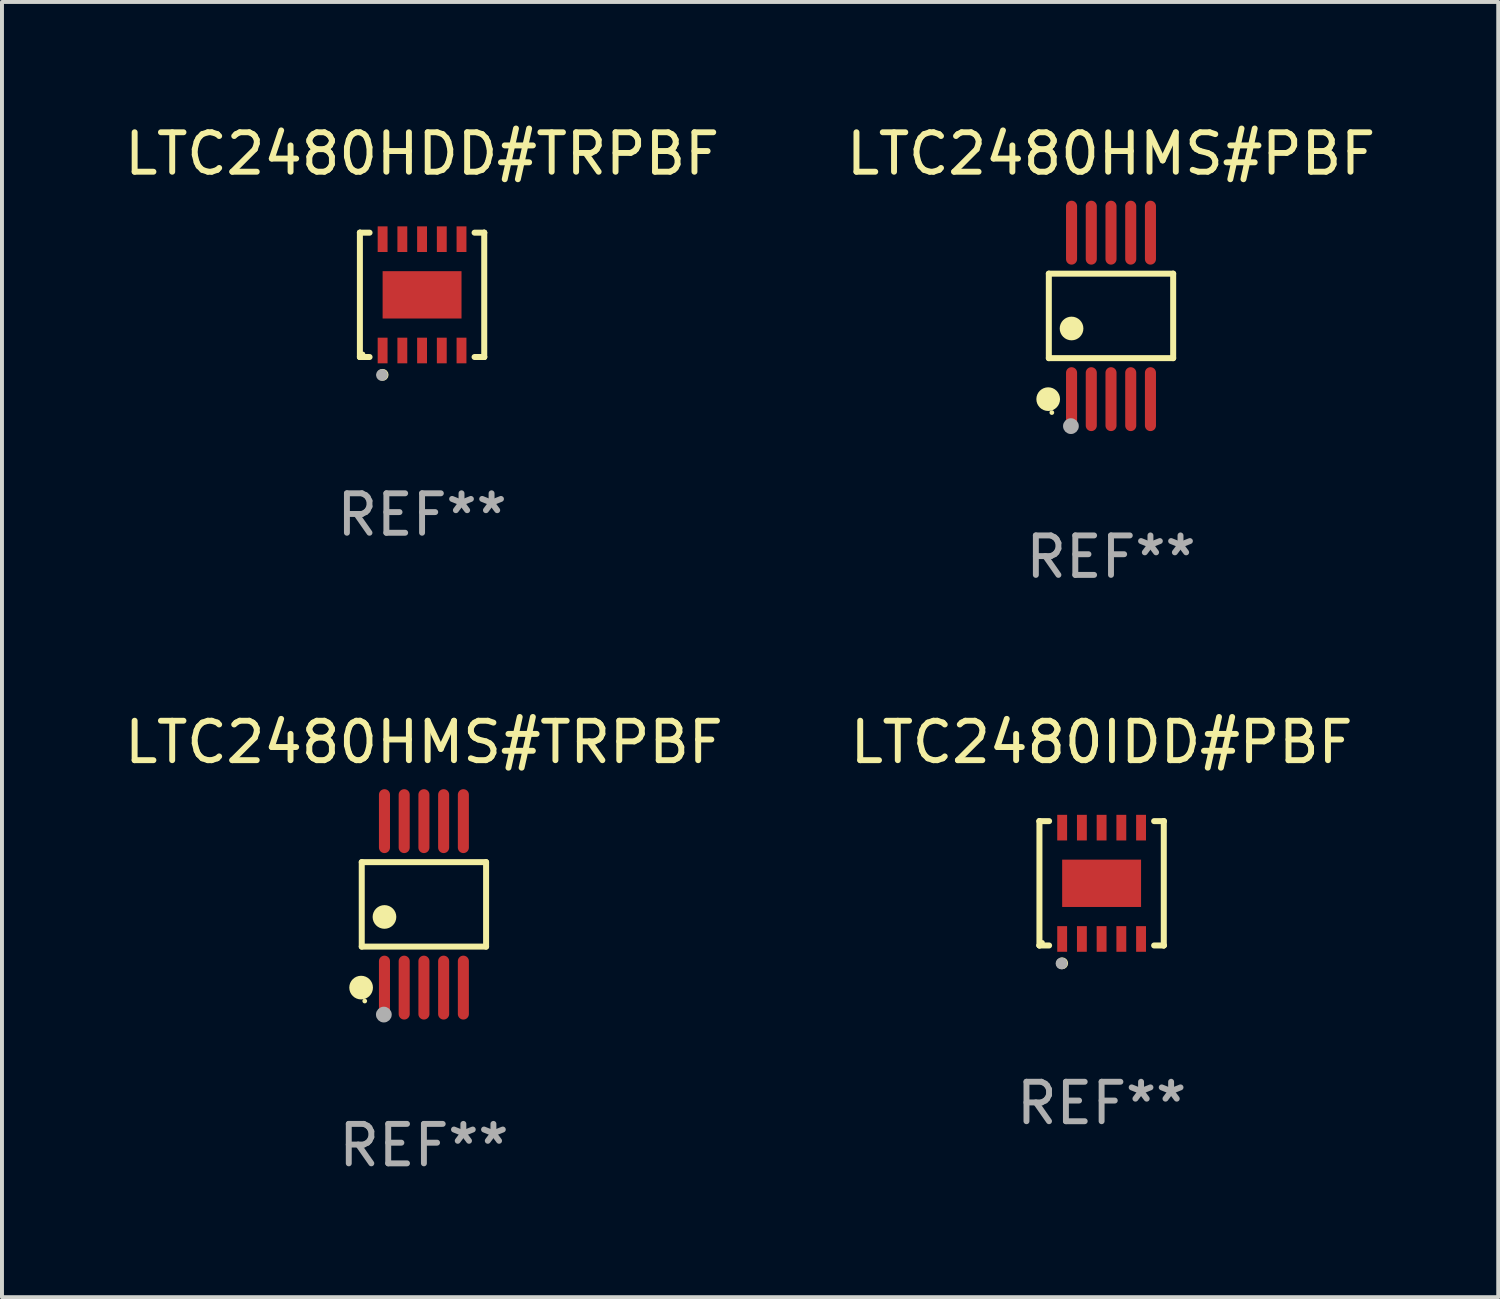
<source format=kicad_pcb>
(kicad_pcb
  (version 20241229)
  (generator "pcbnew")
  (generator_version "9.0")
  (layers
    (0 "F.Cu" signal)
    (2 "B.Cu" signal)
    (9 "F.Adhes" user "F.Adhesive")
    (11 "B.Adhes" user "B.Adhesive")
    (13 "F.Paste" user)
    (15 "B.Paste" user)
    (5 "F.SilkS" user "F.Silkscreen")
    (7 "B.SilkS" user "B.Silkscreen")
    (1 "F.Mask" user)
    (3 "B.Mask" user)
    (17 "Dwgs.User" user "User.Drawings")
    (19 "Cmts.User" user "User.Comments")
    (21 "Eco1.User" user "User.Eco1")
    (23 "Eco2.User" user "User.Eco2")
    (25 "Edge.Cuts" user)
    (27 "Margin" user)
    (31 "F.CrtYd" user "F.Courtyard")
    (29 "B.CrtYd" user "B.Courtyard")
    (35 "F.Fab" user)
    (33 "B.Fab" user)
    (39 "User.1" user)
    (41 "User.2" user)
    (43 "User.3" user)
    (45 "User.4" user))
  (footprint "LTC2480HMS#TRPBF"
    (layer "F.Cu")
    (at 7.696 19.875)
    (property "Reference" "LTC2480HMS#TRPBF" (at 0 -4.11 0) (layer "F.SilkS") (effects (font (size 1 1) (thickness 0.15))))
    (attr through_hole)
    (fp_line (start -1.576 -1.071) (end 1.576 -1.071) (stroke (width 0.152) (type solid)) (layer "F.SilkS"))
    (fp_line (start -1.576 1.071) (end -1.576 -1.071) (stroke (width 0.152) (type solid)) (layer "F.SilkS"))
    (fp_line (start 1.576 -1.071) (end 1.576 1.071) (stroke (width 0.152) (type solid)) (layer "F.SilkS"))
    (fp_line (start 1.576 1.071) (end -1.576 1.071) (stroke (width 0.152) (type solid)) (layer "F.SilkS"))
    (fp_circle (center -1.592 2.11) (end -1.442 2.11) (stroke (width 0.3) (type solid)) (fill no) (layer "F.SilkS"))
    (fp_circle (center -1.5 2.45) (end -1.47 2.45) (stroke (width 0.06) (type solid)) (fill no) (layer "F.SilkS"))
    (fp_circle (center -1 0.319) (end -0.85 0.319) (stroke (width 0.3) (type solid)) (fill no) (layer "F.SilkS"))
    (fp_circle (center -1.016 2.794) (end -0.916 2.794) (stroke (width 0.2) (type solid)) (fill no) (layer "F.Fab"))
    (fp_text user "REF**" (at 0 6.11 0) (layer "F.Fab") (effects (font (size 1 1) (thickness 0.15))))
    (pad "1" smd oval (at -1 2.11) (size 0.28 1.62) (layers "F.Cu" "F.Mask" "F.Paste"))
    (pad "2" smd oval (at -0.5 2.11) (size 0.28 1.62) (layers "F.Cu" "F.Mask" "F.Paste"))
    (pad "3" smd oval (at 0 2.11) (size 0.28 1.62) (layers "F.Cu" "F.Mask" "F.Paste"))
    (pad "4" smd oval (at 0.5 2.11) (size 0.28 1.62) (layers "F.Cu" "F.Mask" "F.Paste"))
    (pad "5" smd oval (at 1 2.11) (size 0.28 1.62) (layers "F.Cu" "F.Mask" "F.Paste"))
    (pad "6" smd oval (at 1 -2.11) (size 0.28 1.62) (layers "F.Cu" "F.Mask" "F.Paste"))
    (pad "7" smd oval (at 0.5 -2.11) (size 0.28 1.62) (layers "F.Cu" "F.Mask" "F.Paste"))
    (pad "8" smd oval (at 0 -2.11) (size 0.28 1.62) (layers "F.Cu" "F.Mask" "F.Paste"))
    (pad "9" smd oval (at -0.5 -2.11) (size 0.28 1.62) (layers "F.Cu" "F.Mask" "F.Paste"))
    (pad "10" smd oval (at -1 -2.11) (size 0.28 1.62) (layers "F.Cu" "F.Mask" "F.Paste")))
  (footprint "LTC2480IDD#PBF"
    (layer "F.Cu")
    (at 24.875 19.341)
    (property "Reference" "LTC2480IDD#PBF" (at 0 -3.576 0) (layer "F.SilkS") (effects (font (size 1 1) (thickness 0.15))))
    (attr through_hole)
    (fp_line (start -1.576 -1.576) (end -1.576 -1.576) (stroke (width 0.152) (type solid)) (layer "F.SilkS"))
    (fp_line (start -1.576 -1.576) (end -1.331 -1.576) (stroke (width 0.152) (type solid)) (layer "F.SilkS"))
    (fp_line (start -1.576 1.576) (end -1.576 -1.576) (stroke (width 0.152) (type solid)) (layer "F.SilkS"))
    (fp_line (start -1.576 1.576) (end -1.576 1.576) (stroke (width 0.152) (type solid)) (layer "F.SilkS"))
    (fp_line (start -1.331 1.576) (end -1.576 1.576) (stroke (width 0.152) (type solid)) (layer "F.SilkS"))
    (fp_line (start 1.331 1.576) (end 1.576 1.576) (stroke (width 0.152) (type solid)) (layer "F.SilkS"))
    (fp_line (start 1.576 -1.576) (end 1.331 -1.576) (stroke (width 0.152) (type solid)) (layer "F.SilkS"))
    (fp_line (start 1.576 -1.576) (end 1.576 -1.576) (stroke (width 0.152) (type solid)) (layer "F.SilkS"))
    (fp_line (start 1.576 1.576) (end 1.576 -1.576) (stroke (width 0.152) (type solid)) (layer "F.SilkS"))
    (fp_line (start 1.576 1.576) (end 1.576 1.576) (stroke (width 0.152) (type solid)) (layer "F.SilkS"))
    (fp_circle (center -1.5 1.5) (end -1.47 1.5) (stroke (width 0.06) (type solid)) (fill no) (layer "F.SilkS"))
    (fp_circle (center -1 2.028) (end -0.925 2.028) (stroke (width 0.15) (type solid)) (fill no) (layer "F.SilkS"))
    (fp_circle (center -1.016 2.032) (end -0.941 2.032) (stroke (width 0.15) (type solid)) (fill no) (layer "F.Fab"))
    (fp_text user "REF**" (at 0 5.576 0) (layer "F.Fab") (effects (font (size 1 1) (thickness 0.15))))
    (pad "1" smd rect (at -1 1.411) (size 0.25 0.65) (layers "F.Cu" "F.Mask" "F.Paste"))
    (pad "2" smd rect (at -0.5 1.411) (size 0.25 0.65) (layers "F.Cu" "F.Mask" "F.Paste"))
    (pad "3" smd rect (at 0 1.411) (size 0.25 0.65) (layers "F.Cu" "F.Mask" "F.Paste"))
    (pad "4" smd rect (at 0.5 1.411) (size 0.25 0.65) (layers "F.Cu" "F.Mask" "F.Paste"))
    (pad "5" smd rect (at 1 1.411) (size 0.25 0.65) (layers "F.Cu" "F.Mask" "F.Paste"))
    (pad "6" smd rect (at 1 -1.411) (size 0.25 0.65) (layers "F.Cu" "F.Mask" "F.Paste"))
    (pad "7" smd rect (at 0.5 -1.411) (size 0.25 0.65) (layers "F.Cu" "F.Mask" "F.Paste"))
    (pad "8" smd rect (at 0 -1.411) (size 0.25 0.65) (layers "F.Cu" "F.Mask" "F.Paste"))
    (pad "9" smd rect (at -0.5 -1.411) (size 0.25 0.65) (layers "F.Cu" "F.Mask" "F.Paste"))
    (pad "10" smd rect (at -1 -1.411) (size 0.25 0.65) (layers "F.Cu" "F.Mask" "F.Paste"))
    (pad "11" smd rect (at 0 0) (size 2 1.2) (layers "F.Cu" "F.Mask" "F.Paste")))
  (footprint "LTC2480HDD#TRPBF"
    (layer "F.Cu")
    (at 7.649 4.424)
    (property "Reference" "LTC2480HDD#TRPBF" (at 0 -3.576 0) (layer "F.SilkS") (effects (font (size 1 1) (thickness 0.15))))
    (attr through_hole)
    (fp_line (start -1.576 -1.576) (end -1.576 -1.576) (stroke (width 0.152) (type solid)) (layer "F.SilkS"))
    (fp_line (start -1.576 -1.576) (end -1.331 -1.576) (stroke (width 0.152) (type solid)) (layer "F.SilkS"))
    (fp_line (start -1.576 1.576) (end -1.576 -1.576) (stroke (width 0.152) (type solid)) (layer "F.SilkS"))
    (fp_line (start -1.576 1.576) (end -1.576 1.576) (stroke (width 0.152) (type solid)) (layer "F.SilkS"))
    (fp_line (start -1.331 1.576) (end -1.576 1.576) (stroke (width 0.152) (type solid)) (layer "F.SilkS"))
    (fp_line (start 1.331 1.576) (end 1.576 1.576) (stroke (width 0.152) (type solid)) (layer "F.SilkS"))
    (fp_line (start 1.576 -1.576) (end 1.331 -1.576) (stroke (width 0.152) (type solid)) (layer "F.SilkS"))
    (fp_line (start 1.576 -1.576) (end 1.576 -1.576) (stroke (width 0.152) (type solid)) (layer "F.SilkS"))
    (fp_line (start 1.576 1.576) (end 1.576 -1.576) (stroke (width 0.152) (type solid)) (layer "F.SilkS"))
    (fp_line (start 1.576 1.576) (end 1.576 1.576) (stroke (width 0.152) (type solid)) (layer "F.SilkS"))
    (fp_circle (center -1.5 1.5) (end -1.47 1.5) (stroke (width 0.06) (type solid)) (fill no) (layer "F.SilkS"))
    (fp_circle (center -1 2.028) (end -0.925 2.028) (stroke (width 0.15) (type solid)) (fill no) (layer "F.SilkS"))
    (fp_circle (center -1.016 2.032) (end -0.941 2.032) (stroke (width 0.15) (type solid)) (fill no) (layer "F.Fab"))
    (fp_text user "REF**" (at 0 5.576 0) (layer "F.Fab") (effects (font (size 1 1) (thickness 0.15))))
    (pad "1" smd rect (at -1 1.411) (size 0.25 0.65) (layers "F.Cu" "F.Mask" "F.Paste"))
    (pad "2" smd rect (at -0.5 1.411) (size 0.25 0.65) (layers "F.Cu" "F.Mask" "F.Paste"))
    (pad "3" smd rect (at 0 1.411) (size 0.25 0.65) (layers "F.Cu" "F.Mask" "F.Paste"))
    (pad "4" smd rect (at 0.5 1.411) (size 0.25 0.65) (layers "F.Cu" "F.Mask" "F.Paste"))
    (pad "5" smd rect (at 1 1.411) (size 0.25 0.65) (layers "F.Cu" "F.Mask" "F.Paste"))
    (pad "6" smd rect (at 1 -1.411) (size 0.25 0.65) (layers "F.Cu" "F.Mask" "F.Paste"))
    (pad "7" smd rect (at 0.5 -1.411) (size 0.25 0.65) (layers "F.Cu" "F.Mask" "F.Paste"))
    (pad "8" smd rect (at 0 -1.411) (size 0.25 0.65) (layers "F.Cu" "F.Mask" "F.Paste"))
    (pad "9" smd rect (at -0.5 -1.411) (size 0.25 0.65) (layers "F.Cu" "F.Mask" "F.Paste"))
    (pad "10" smd rect (at -1 -1.411) (size 0.25 0.65) (layers "F.Cu" "F.Mask" "F.Paste"))
    (pad "11" smd rect (at 0 0) (size 2 1.2) (layers "F.Cu" "F.Mask" "F.Paste")))
  (footprint "LTC2480HMS#PBF"
    (layer "F.Cu")
    (at 25.113 4.958)
    (property "Reference" "LTC2480HMS#PBF" (at 0 -4.11 0) (layer "F.SilkS") (effects (font (size 1 1) (thickness 0.15))))
    (attr through_hole)
    (fp_line (start -1.576 -1.071) (end 1.576 -1.071) (stroke (width 0.152) (type solid)) (layer "F.SilkS"))
    (fp_line (start -1.576 1.071) (end -1.576 -1.071) (stroke (width 0.152) (type solid)) (layer "F.SilkS"))
    (fp_line (start 1.576 -1.071) (end 1.576 1.071) (stroke (width 0.152) (type solid)) (layer "F.SilkS"))
    (fp_line (start 1.576 1.071) (end -1.576 1.071) (stroke (width 0.152) (type solid)) (layer "F.SilkS"))
    (fp_circle (center -1.592 2.11) (end -1.442 2.11) (stroke (width 0.3) (type solid)) (fill no) (layer "F.SilkS"))
    (fp_circle (center -1.5 2.45) (end -1.47 2.45) (stroke (width 0.06) (type solid)) (fill no) (layer "F.SilkS"))
    (fp_circle (center -1 0.319) (end -0.85 0.319) (stroke (width 0.3) (type solid)) (fill no) (layer "F.SilkS"))
    (fp_circle (center -1.016 2.794) (end -0.916 2.794) (stroke (width 0.2) (type solid)) (fill no) (layer "F.Fab"))
    (fp_text user "REF**" (at 0 6.11 0) (layer "F.Fab") (effects (font (size 1 1) (thickness 0.15))))
    (pad "1" smd oval (at -1 2.11) (size 0.28 1.62) (layers "F.Cu" "F.Mask" "F.Paste"))
    (pad "2" smd oval (at -0.5 2.11) (size 0.28 1.62) (layers "F.Cu" "F.Mask" "F.Paste"))
    (pad "3" smd oval (at 0 2.11) (size 0.28 1.62) (layers "F.Cu" "F.Mask" "F.Paste"))
    (pad "4" smd oval (at 0.5 2.11) (size 0.28 1.62) (layers "F.Cu" "F.Mask" "F.Paste"))
    (pad "5" smd oval (at 1 2.11) (size 0.28 1.62) (layers "F.Cu" "F.Mask" "F.Paste"))
    (pad "6" smd oval (at 1 -2.11) (size 0.28 1.62) (layers "F.Cu" "F.Mask" "F.Paste"))
    (pad "7" smd oval (at 0.5 -2.11) (size 0.28 1.62) (layers "F.Cu" "F.Mask" "F.Paste"))
    (pad "8" smd oval (at 0 -2.11) (size 0.28 1.62) (layers "F.Cu" "F.Mask" "F.Paste"))
    (pad "9" smd oval (at -0.5 -2.11) (size 0.28 1.62) (layers "F.Cu" "F.Mask" "F.Paste"))
    (pad "10" smd oval (at -1 -2.11) (size 0.28 1.62) (layers "F.Cu" "F.Mask" "F.Paste")))
  (gr_rect
    (start -3 -3)
    (end 34.929 29.833)
    (stroke (width 0.1) (type default))
    (fill no)
    (layer "Edge.Cuts")))
</source>
